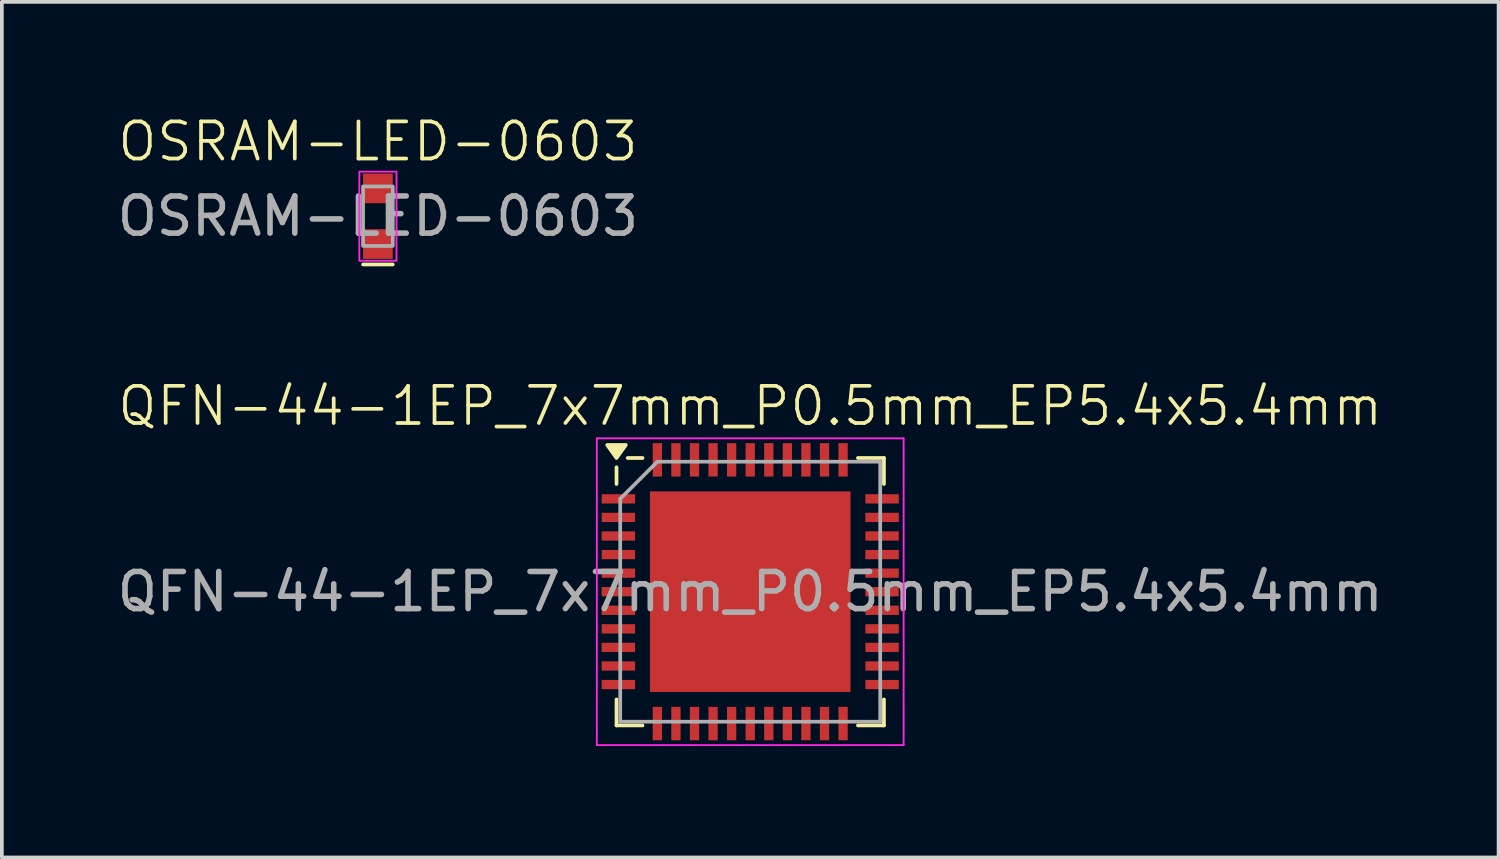
<source format=kicad_pcb>
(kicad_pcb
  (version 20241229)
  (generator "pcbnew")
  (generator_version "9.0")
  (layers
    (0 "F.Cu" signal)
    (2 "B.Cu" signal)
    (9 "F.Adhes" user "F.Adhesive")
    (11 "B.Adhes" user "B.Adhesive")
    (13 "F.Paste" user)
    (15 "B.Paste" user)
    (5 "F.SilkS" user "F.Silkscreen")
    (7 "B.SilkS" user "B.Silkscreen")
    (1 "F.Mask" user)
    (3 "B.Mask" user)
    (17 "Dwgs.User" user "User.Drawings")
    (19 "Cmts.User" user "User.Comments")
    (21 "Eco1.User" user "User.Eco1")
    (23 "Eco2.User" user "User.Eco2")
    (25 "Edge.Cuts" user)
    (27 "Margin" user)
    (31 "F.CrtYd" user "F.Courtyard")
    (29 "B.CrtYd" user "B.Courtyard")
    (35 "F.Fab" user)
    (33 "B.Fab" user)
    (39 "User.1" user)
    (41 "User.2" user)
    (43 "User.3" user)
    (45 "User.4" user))
  (footprint "QFN-44-1EP_7x7mm_P0.5mm_EP5.4x5.4mm"
    (layer "F.Cu")
    (at 17.149 12.881)
    (property "Reference" "QFN-44-1EP_7x7mm_P0.5mm_EP5.4x5.4mm" (at 0 -5 0) (unlocked yes) (layer "F.SilkS") (effects (font (size 1 1) (thickness 0.1))))
    (attr smd)
    (fp_line (start -3.6 -2.9) (end -3.6 -3.35) (stroke (width 0.1) (type solid)) (layer "F.SilkS"))
    (fp_line (start -3.6 3.6) (end -3.6 2.9) (stroke (width 0.1) (type solid)) (layer "F.SilkS"))
    (fp_line (start -2.9 -3.6) (end -3.3 -3.6) (stroke (width 0.1) (type solid)) (layer "F.SilkS"))
    (fp_line (start -2.9 3.6) (end -3.6 3.6) (stroke (width 0.1) (type solid)) (layer "F.SilkS"))
    (fp_line (start 2.9 -3.6) (end 3.6 -3.6) (stroke (width 0.1) (type solid)) (layer "F.SilkS"))
    (fp_line (start 2.9 3.6) (end 3.6 3.6) (stroke (width 0.1) (type solid)) (layer "F.SilkS"))
    (fp_line (start 3.6 -3.6) (end 3.6 -2.9) (stroke (width 0.1) (type solid)) (layer "F.SilkS"))
    (fp_line (start 3.6 3.6) (end 3.6 2.9) (stroke (width 0.1) (type solid)) (layer "F.SilkS"))
    (fp_poly (pts (xy -3.6 -3.6) (xy -3.85 -3.95) (xy -3.35 -3.95) (xy -3.6 -3.6)) (stroke (width 0.1) (type solid)) (fill yes) (layer "F.SilkS"))
    (fp_line (start -4.13 -4.13) (end -4.13 4.13) (stroke (width 0.05) (type solid)) (layer "F.CrtYd"))
    (fp_line (start -4.13 4.13) (end 4.13 4.13) (stroke (width 0.05) (type solid)) (layer "F.CrtYd"))
    (fp_line (start 4.13 -4.13) (end -4.13 -4.13) (stroke (width 0.05) (type solid)) (layer "F.CrtYd"))
    (fp_line (start 4.13 4.13) (end 4.13 -4.13) (stroke (width 0.05) (type solid)) (layer "F.CrtYd"))
    (fp_line (start -3.5 -2.5) (end -2.5 -3.5) (stroke (width 0.1) (type solid)) (layer "F.Fab"))
    (fp_line (start -3.5 3.5) (end -3.5 -2.5) (stroke (width 0.1) (type solid)) (layer "F.Fab"))
    (fp_line (start -2.5 -3.5) (end 3.5 -3.5) (stroke (width 0.1) (type solid)) (layer "F.Fab"))
    (fp_line (start 3.5 -3.5) (end 3.5 3.5) (stroke (width 0.1) (type solid)) (layer "F.Fab"))
    (fp_line (start 3.5 3.5) (end -3.5 3.5) (stroke (width 0.1) (type solid)) (layer "F.Fab"))
    (fp_text user "${REFERENCE}" (at 0 0 0) (unlocked yes) (layer "F.Fab") (effects (font (size 1 1) (thickness 0.15))))
    (pad "" smd roundrect (at -1.95 -1.95) (size 1.05 1.05) (layers "F.Paste") (roundrect_rratio 0.238))
    (pad "" smd roundrect (at -1.95 -0.65) (size 1.05 1.05) (layers "F.Paste") (roundrect_rratio 0.238))
    (pad "" smd roundrect (at -1.95 0.65) (size 1.05 1.05) (layers "F.Paste") (roundrect_rratio 0.238))
    (pad "" smd roundrect (at -1.95 1.95) (size 1.05 1.05) (layers "F.Paste") (roundrect_rratio 0.238))
    (pad "" smd roundrect (at -0.65 -1.95) (size 1.05 1.05) (layers "F.Paste") (roundrect_rratio 0.238))
    (pad "" smd roundrect (at -0.65 -0.65) (size 1.05 1.05) (layers "F.Paste") (roundrect_rratio 0.238))
    (pad "" smd roundrect (at -0.65 0.65) (size 1.05 1.05) (layers "F.Paste") (roundrect_rratio 0.238))
    (pad "" smd roundrect (at -0.65 1.95) (size 1.05 1.05) (layers "F.Paste") (roundrect_rratio 0.238))
    (pad "" smd roundrect (at 0.65 -1.95) (size 1.05 1.05) (layers "F.Paste") (roundrect_rratio 0.238))
    (pad "" smd roundrect (at 0.65 -0.65) (size 1.05 1.05) (layers "F.Paste") (roundrect_rratio 0.238))
    (pad "" smd roundrect (at 0.65 0.65) (size 1.05 1.05) (layers "F.Paste") (roundrect_rratio 0.238))
    (pad "" smd roundrect (at 0.65 1.95) (size 1.05 1.05) (layers "F.Paste") (roundrect_rratio 0.238))
    (pad "" smd roundrect (at 1.95 -1.95) (size 1.05 1.05) (layers "F.Paste") (roundrect_rratio 0.238))
    (pad "" smd roundrect (at 1.95 -0.65) (size 1.05 1.05) (layers "F.Paste") (roundrect_rratio 0.238))
    (pad "" smd roundrect (at 1.95 0.65) (size 1.05 1.05) (layers "F.Paste") (roundrect_rratio 0.238))
    (pad "" smd roundrect (at 1.95 1.95) (size 1.05 1.05) (layers "F.Paste") (roundrect_rratio 0.238))
    (pad "1" smd rect (at -3.55 -2.5) (size 0.9 0.25) (layers "F.Cu" "F.Mask" "F.Paste"))
    (pad "2" smd rect (at -3.55 -2) (size 0.9 0.25) (layers "F.Cu" "F.Mask" "F.Paste"))
    (pad "3" smd rect (at -3.55 -1.5) (size 0.9 0.25) (layers "F.Cu" "F.Mask" "F.Paste"))
    (pad "4" smd rect (at -3.55 -1) (size 0.9 0.25) (layers "F.Cu" "F.Mask" "F.Paste"))
    (pad "5" smd rect (at -3.55 -0.5) (size 0.9 0.25) (layers "F.Cu" "F.Mask" "F.Paste"))
    (pad "6" smd rect (at -3.55 0) (size 0.9 0.25) (layers "F.Cu" "F.Mask" "F.Paste"))
    (pad "7" smd rect (at -3.55 0.5) (size 0.9 0.25) (layers "F.Cu" "F.Mask" "F.Paste"))
    (pad "8" smd rect (at -3.55 1) (size 0.9 0.25) (layers "F.Cu" "F.Mask" "F.Paste"))
    (pad "9" smd rect (at -3.55 1.5) (size 0.9 0.25) (layers "F.Cu" "F.Mask" "F.Paste"))
    (pad "10" smd rect (at -3.55 2) (size 0.9 0.25) (layers "F.Cu" "F.Mask" "F.Paste"))
    (pad "11" smd rect (at -3.55 2.5) (size 0.9 0.25) (layers "F.Cu" "F.Mask" "F.Paste"))
    (pad "12" smd rect (at -2.5 3.55) (size 0.25 0.9) (layers "F.Cu" "F.Mask" "F.Paste"))
    (pad "13" smd rect (at -2 3.55) (size 0.25 0.9) (layers "F.Cu" "F.Mask" "F.Paste"))
    (pad "14" smd rect (at -1.5 3.55) (size 0.25 0.9) (layers "F.Cu" "F.Mask" "F.Paste"))
    (pad "15" smd rect (at -1 3.55) (size 0.25 0.9) (layers "F.Cu" "F.Mask" "F.Paste"))
    (pad "16" smd rect (at -0.5 3.55) (size 0.25 0.9) (layers "F.Cu" "F.Mask" "F.Paste"))
    (pad "17" smd rect (at 0 3.55) (size 0.25 0.9) (layers "F.Cu" "F.Mask" "F.Paste"))
    (pad "18" smd rect (at 0.5 3.55) (size 0.25 0.9) (layers "F.Cu" "F.Mask" "F.Paste"))
    (pad "19" smd rect (at 1 3.55) (size 0.25 0.9) (layers "F.Cu" "F.Mask" "F.Paste"))
    (pad "20" smd rect (at 1.5 3.55) (size 0.25 0.9) (layers "F.Cu" "F.Mask" "F.Paste"))
    (pad "21" smd rect (at 2 3.55) (size 0.25 0.9) (layers "F.Cu" "F.Mask" "F.Paste"))
    (pad "22" smd rect (at 2.5 3.55) (size 0.25 0.9) (layers "F.Cu" "F.Mask" "F.Paste"))
    (pad "23" smd rect (at 3.55 2.5) (size 0.9 0.25) (layers "F.Cu" "F.Mask" "F.Paste"))
    (pad "24" smd rect (at 3.55 2) (size 0.9 0.25) (layers "F.Cu" "F.Mask" "F.Paste"))
    (pad "25" smd rect (at 3.55 1.5) (size 0.9 0.25) (layers "F.Cu" "F.Mask" "F.Paste"))
    (pad "26" smd rect (at 3.55 1) (size 0.9 0.25) (layers "F.Cu" "F.Mask" "F.Paste"))
    (pad "27" smd rect (at 3.55 0.5) (size 0.9 0.25) (layers "F.Cu" "F.Mask" "F.Paste"))
    (pad "28" smd rect (at 3.55 0) (size 0.9 0.25) (layers "F.Cu" "F.Mask" "F.Paste"))
    (pad "29" smd rect (at 3.55 -0.5) (size 0.9 0.25) (layers "F.Cu" "F.Mask" "F.Paste"))
    (pad "30" smd rect (at 3.55 -1) (size 0.9 0.25) (layers "F.Cu" "F.Mask" "F.Paste"))
    (pad "31" smd rect (at 3.55 -1.5) (size 0.9 0.25) (layers "F.Cu" "F.Mask" "F.Paste"))
    (pad "32" smd rect (at 3.55 -2) (size 0.9 0.25) (layers "F.Cu" "F.Mask" "F.Paste"))
    (pad "33" smd rect (at 3.55 -2.5) (size 0.9 0.25) (layers "F.Cu" "F.Mask" "F.Paste"))
    (pad "34" smd rect (at 2.5 -3.55) (size 0.25 0.9) (layers "F.Cu" "F.Mask" "F.Paste"))
    (pad "35" smd rect (at 2 -3.55) (size 0.25 0.9) (layers "F.Cu" "F.Mask" "F.Paste"))
    (pad "36" smd rect (at 1.5 -3.55) (size 0.25 0.9) (layers "F.Cu" "F.Mask" "F.Paste"))
    (pad "37" smd rect (at 1 -3.55) (size 0.25 0.9) (layers "F.Cu" "F.Mask" "F.Paste"))
    (pad "38" smd rect (at 0.5 -3.55) (size 0.25 0.9) (layers "F.Cu" "F.Mask" "F.Paste"))
    (pad "39" smd rect (at 0 -3.55) (size 0.25 0.9) (layers "F.Cu" "F.Mask" "F.Paste"))
    (pad "40" smd rect (at -0.5 -3.55) (size 0.25 0.9) (layers "F.Cu" "F.Mask" "F.Paste"))
    (pad "41" smd rect (at -1 -3.55) (size 0.25 0.9) (layers "F.Cu" "F.Mask" "F.Paste"))
    (pad "42" smd rect (at -1.5 -3.55) (size 0.25 0.9) (layers "F.Cu" "F.Mask" "F.Paste"))
    (pad "43" smd rect (at -2 -3.55) (size 0.25 0.9) (layers "F.Cu" "F.Mask" "F.Paste"))
    (pad "44" smd rect (at -2.5 -3.55) (size 0.25 0.9) (layers "F.Cu" "F.Mask" "F.Paste"))
    (pad "45" smd rect (at 0 0) (size 5.4 5.4) (property pad_prop_heatsink) (layers "F.Cu" "F.Mask"))
    (zone (net_name "") (layer "F.Cu") (hatch edge 0.5) (connect_pads) (min_thickness 0.25) (filled_areas_thickness no) (keepout (tracks allowed) (vias allowed) (pads allowed) (copperpour not_allowed) (footprints allowed)) (placement (enabled no)) (fill) (polygon (pts (xy 13.249 8.981) (xy 13.249 16.781) (xy 21.049 16.781) (xy 21.049 8.981)))))
  (footprint "OSRAM-LED-0603"
    (layer "F.Cu")
    (at 7.125 2.771)
    (property "Reference" "OSRAM-LED-0603" (at 0 -2.01 0) (unlocked yes) (layer "F.SilkS") (effects (font (size 1 1) (thickness 0.1))))
    (attr smd)
    (fp_line (start -0.4 1.3) (end 0.4 1.3) (stroke (width 0.1) (type default)) (layer "F.SilkS"))
    (fp_rect (start -0.5 -1.2) (end 0.5 1.2) (stroke (width 0.05) (type default)) (fill no) (layer "F.CrtYd"))
    (fp_rect (start -0.4 -0.8) (end 0.4 0.8) (stroke (width 0.1) (type default)) (fill no) (layer "F.Fab"))
    (fp_text user "${REFERENCE}" (at 0 0 0) (unlocked yes) (layer "F.Fab") (effects (font (size 1 1) (thickness 0.15))))
    (pad "1" smd rect (at 0 -0.75) (size 0.8 0.8) (layers "F.Cu" "F.Mask" "F.Paste"))
    (pad "2" smd rect (at 0 0.75) (size 0.8 0.8) (layers "F.Cu" "F.Mask" "F.Paste")))
  (gr_rect
    (start -3 -3)
    (end 37.298 20.036)
    (stroke (width 0.1) (type default))
    (fill no)
    (layer "Edge.Cuts")))
</source>
